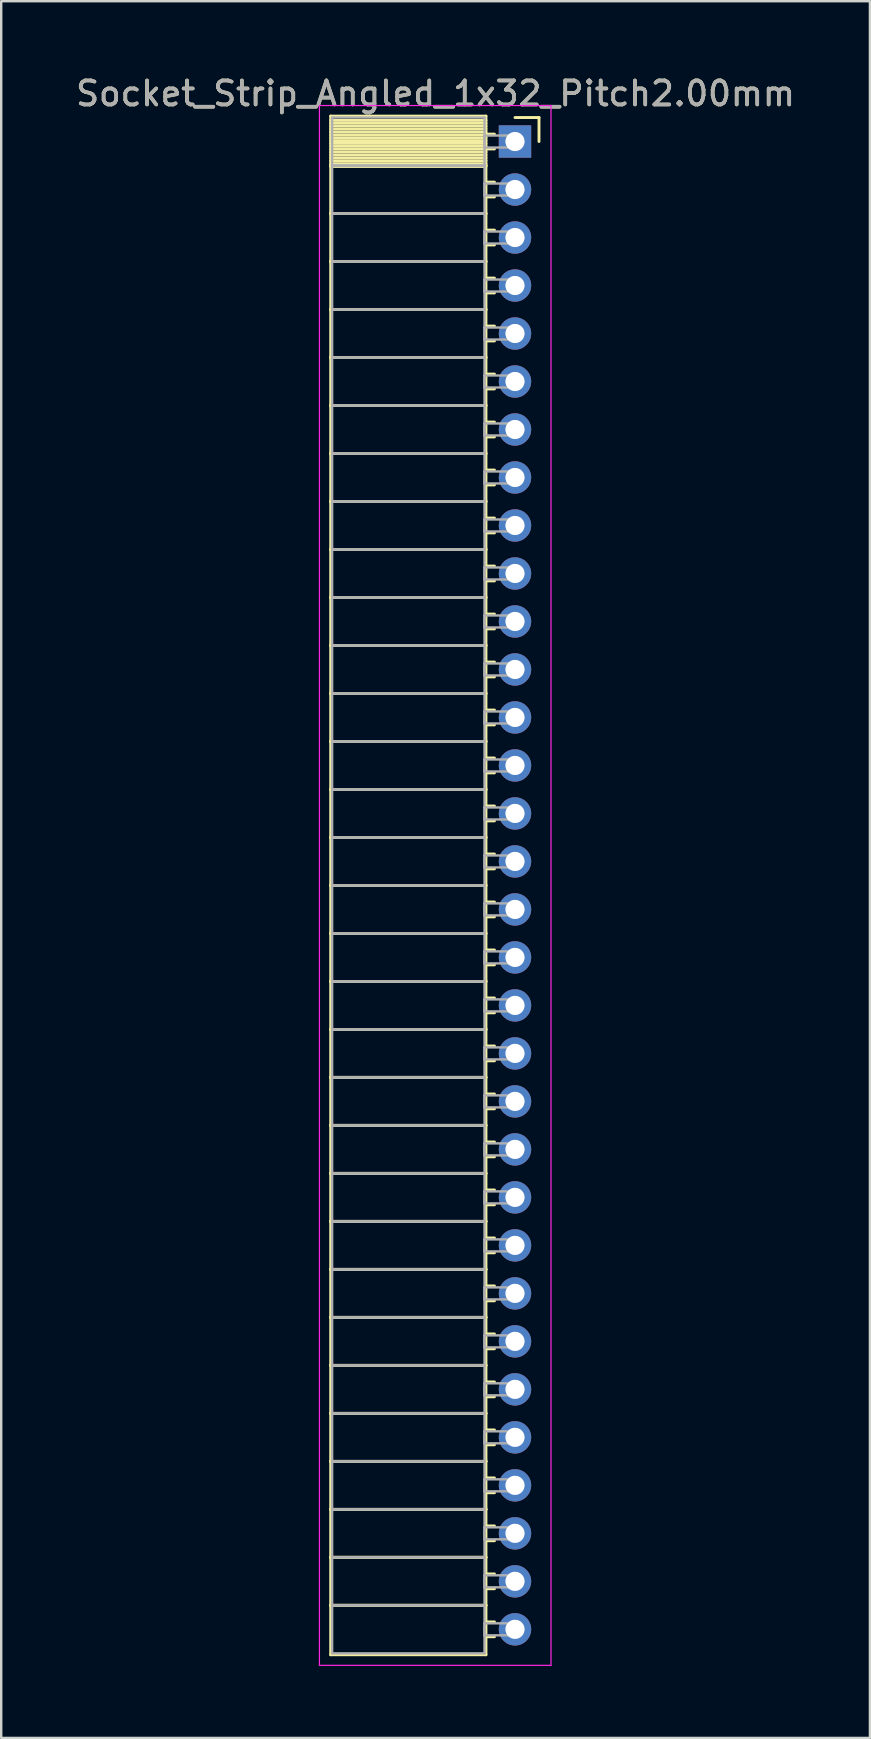
<source format=kicad_pcb>
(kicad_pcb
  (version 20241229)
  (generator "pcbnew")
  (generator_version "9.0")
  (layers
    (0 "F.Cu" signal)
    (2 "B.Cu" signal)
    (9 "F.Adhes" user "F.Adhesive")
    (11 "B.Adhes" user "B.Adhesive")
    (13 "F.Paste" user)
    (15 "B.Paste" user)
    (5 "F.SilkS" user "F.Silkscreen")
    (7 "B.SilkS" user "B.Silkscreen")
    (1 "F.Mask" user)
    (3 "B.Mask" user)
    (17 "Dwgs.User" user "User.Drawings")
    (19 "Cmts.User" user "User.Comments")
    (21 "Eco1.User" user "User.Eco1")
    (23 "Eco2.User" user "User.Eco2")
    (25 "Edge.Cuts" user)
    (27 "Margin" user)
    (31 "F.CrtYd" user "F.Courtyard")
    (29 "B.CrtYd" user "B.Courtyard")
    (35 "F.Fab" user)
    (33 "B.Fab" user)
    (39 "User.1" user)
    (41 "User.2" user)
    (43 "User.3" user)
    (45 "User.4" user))
  (footprint "Socket_Strip_Angled_1x32_Pitch2.00mm"
    (layer "F.Cu")
    (at 18.411 2.848)
    (property "Reference" "Socket_Strip_Angled_1x32_Pitch2.00mm" (at -3.31 -2 0) (layer "F.SilkS") (effects (font (size 1 1) (thickness 0.15))))
    (attr through_hole)
    (fp_line (start -7.68 -1.06) (end -1.21 -1.06) (stroke (width 0.12) (type solid)) (layer "F.SilkS"))
    (fp_line (start -7.68 1) (end -7.68 -1.06) (stroke (width 0.12) (type solid)) (layer "F.SilkS"))
    (fp_line (start -7.68 1) (end -1.21 1) (stroke (width 0.12) (type solid)) (layer "F.SilkS"))
    (fp_line (start -7.68 3) (end -7.68 1) (stroke (width 0.12) (type solid)) (layer "F.SilkS"))
    (fp_line (start -7.68 3) (end -1.21 3) (stroke (width 0.12) (type solid)) (layer "F.SilkS"))
    (fp_line (start -7.68 5) (end -7.68 3) (stroke (width 0.12) (type solid)) (layer "F.SilkS"))
    (fp_line (start -7.68 5) (end -1.21 5) (stroke (width 0.12) (type solid)) (layer "F.SilkS"))
    (fp_line (start -7.68 7) (end -7.68 5) (stroke (width 0.12) (type solid)) (layer "F.SilkS"))
    (fp_line (start -7.68 7) (end -1.21 7) (stroke (width 0.12) (type solid)) (layer "F.SilkS"))
    (fp_line (start -7.68 9) (end -7.68 7) (stroke (width 0.12) (type solid)) (layer "F.SilkS"))
    (fp_line (start -7.68 9) (end -1.21 9) (stroke (width 0.12) (type solid)) (layer "F.SilkS"))
    (fp_line (start -7.68 11) (end -7.68 9) (stroke (width 0.12) (type solid)) (layer "F.SilkS"))
    (fp_line (start -7.68 11) (end -1.21 11) (stroke (width 0.12) (type solid)) (layer "F.SilkS"))
    (fp_line (start -7.68 13) (end -7.68 11) (stroke (width 0.12) (type solid)) (layer "F.SilkS"))
    (fp_line (start -7.68 13) (end -1.21 13) (stroke (width 0.12) (type solid)) (layer "F.SilkS"))
    (fp_line (start -7.68 15) (end -7.68 13) (stroke (width 0.12) (type solid)) (layer "F.SilkS"))
    (fp_line (start -7.68 15) (end -1.21 15) (stroke (width 0.12) (type solid)) (layer "F.SilkS"))
    (fp_line (start -7.68 17) (end -7.68 15) (stroke (width 0.12) (type solid)) (layer "F.SilkS"))
    (fp_line (start -7.68 17) (end -1.21 17) (stroke (width 0.12) (type solid)) (layer "F.SilkS"))
    (fp_line (start -7.68 19) (end -7.68 17) (stroke (width 0.12) (type solid)) (layer "F.SilkS"))
    (fp_line (start -7.68 19) (end -1.21 19) (stroke (width 0.12) (type solid)) (layer "F.SilkS"))
    (fp_line (start -7.68 21) (end -7.68 19) (stroke (width 0.12) (type solid)) (layer "F.SilkS"))
    (fp_line (start -7.68 21) (end -1.21 21) (stroke (width 0.12) (type solid)) (layer "F.SilkS"))
    (fp_line (start -7.68 23) (end -7.68 21) (stroke (width 0.12) (type solid)) (layer "F.SilkS"))
    (fp_line (start -7.68 23) (end -1.21 23) (stroke (width 0.12) (type solid)) (layer "F.SilkS"))
    (fp_line (start -7.68 25) (end -7.68 23) (stroke (width 0.12) (type solid)) (layer "F.SilkS"))
    (fp_line (start -7.68 25) (end -1.21 25) (stroke (width 0.12) (type solid)) (layer "F.SilkS"))
    (fp_line (start -7.68 27) (end -7.68 25) (stroke (width 0.12) (type solid)) (layer "F.SilkS"))
    (fp_line (start -7.68 27) (end -1.21 27) (stroke (width 0.12) (type solid)) (layer "F.SilkS"))
    (fp_line (start -7.68 29) (end -7.68 27) (stroke (width 0.12) (type solid)) (layer "F.SilkS"))
    (fp_line (start -7.68 29) (end -1.21 29) (stroke (width 0.12) (type solid)) (layer "F.SilkS"))
    (fp_line (start -7.68 31) (end -7.68 29) (stroke (width 0.12) (type solid)) (layer "F.SilkS"))
    (fp_line (start -7.68 31) (end -1.21 31) (stroke (width 0.12) (type solid)) (layer "F.SilkS"))
    (fp_line (start -7.68 33) (end -7.68 31) (stroke (width 0.12) (type solid)) (layer "F.SilkS"))
    (fp_line (start -7.68 33) (end -1.21 33) (stroke (width 0.12) (type solid)) (layer "F.SilkS"))
    (fp_line (start -7.68 35) (end -7.68 33) (stroke (width 0.12) (type solid)) (layer "F.SilkS"))
    (fp_line (start -7.68 35) (end -1.21 35) (stroke (width 0.12) (type solid)) (layer "F.SilkS"))
    (fp_line (start -7.68 37) (end -7.68 35) (stroke (width 0.12) (type solid)) (layer "F.SilkS"))
    (fp_line (start -7.68 37) (end -1.21 37) (stroke (width 0.12) (type solid)) (layer "F.SilkS"))
    (fp_line (start -7.68 39) (end -7.68 37) (stroke (width 0.12) (type solid)) (layer "F.SilkS"))
    (fp_line (start -7.68 39) (end -1.21 39) (stroke (width 0.12) (type solid)) (layer "F.SilkS"))
    (fp_line (start -7.68 41) (end -7.68 39) (stroke (width 0.12) (type solid)) (layer "F.SilkS"))
    (fp_line (start -7.68 41) (end -1.21 41) (stroke (width 0.12) (type solid)) (layer "F.SilkS"))
    (fp_line (start -7.68 43) (end -7.68 41) (stroke (width 0.12) (type solid)) (layer "F.SilkS"))
    (fp_line (start -7.68 43) (end -1.21 43) (stroke (width 0.12) (type solid)) (layer "F.SilkS"))
    (fp_line (start -7.68 45) (end -7.68 43) (stroke (width 0.12) (type solid)) (layer "F.SilkS"))
    (fp_line (start -7.68 45) (end -1.21 45) (stroke (width 0.12) (type solid)) (layer "F.SilkS"))
    (fp_line (start -7.68 47) (end -7.68 45) (stroke (width 0.12) (type solid)) (layer "F.SilkS"))
    (fp_line (start -7.68 47) (end -1.21 47) (stroke (width 0.12) (type solid)) (layer "F.SilkS"))
    (fp_line (start -7.68 49) (end -7.68 47) (stroke (width 0.12) (type solid)) (layer "F.SilkS"))
    (fp_line (start -7.68 49) (end -1.21 49) (stroke (width 0.12) (type solid)) (layer "F.SilkS"))
    (fp_line (start -7.68 51) (end -7.68 49) (stroke (width 0.12) (type solid)) (layer "F.SilkS"))
    (fp_line (start -7.68 51) (end -1.21 51) (stroke (width 0.12) (type solid)) (layer "F.SilkS"))
    (fp_line (start -7.68 53) (end -7.68 51) (stroke (width 0.12) (type solid)) (layer "F.SilkS"))
    (fp_line (start -7.68 53) (end -1.21 53) (stroke (width 0.12) (type solid)) (layer "F.SilkS"))
    (fp_line (start -7.68 55) (end -7.68 53) (stroke (width 0.12) (type solid)) (layer "F.SilkS"))
    (fp_line (start -7.68 55) (end -1.21 55) (stroke (width 0.12) (type solid)) (layer "F.SilkS"))
    (fp_line (start -7.68 57) (end -7.68 55) (stroke (width 0.12) (type solid)) (layer "F.SilkS"))
    (fp_line (start -7.68 57) (end -1.21 57) (stroke (width 0.12) (type solid)) (layer "F.SilkS"))
    (fp_line (start -7.68 59) (end -7.68 57) (stroke (width 0.12) (type solid)) (layer "F.SilkS"))
    (fp_line (start -7.68 59) (end -1.21 59) (stroke (width 0.12) (type solid)) (layer "F.SilkS"))
    (fp_line (start -7.68 61) (end -7.68 59) (stroke (width 0.12) (type solid)) (layer "F.SilkS"))
    (fp_line (start -7.68 61) (end -1.21 61) (stroke (width 0.12) (type solid)) (layer "F.SilkS"))
    (fp_line (start -7.68 63.06) (end -7.68 61) (stroke (width 0.12) (type solid)) (layer "F.SilkS"))
    (fp_line (start -1.21 -1.06) (end -1.21 1) (stroke (width 0.12) (type solid)) (layer "F.SilkS"))
    (fp_line (start -1.21 -0.88) (end -7.68 -0.88) (stroke (width 0.12) (type solid)) (layer "F.SilkS"))
    (fp_line (start -1.21 -0.76) (end -7.68 -0.76) (stroke (width 0.12) (type solid)) (layer "F.SilkS"))
    (fp_line (start -1.21 -0.64) (end -7.68 -0.64) (stroke (width 0.12) (type solid)) (layer "F.SilkS"))
    (fp_line (start -1.21 -0.52) (end -7.68 -0.52) (stroke (width 0.12) (type solid)) (layer "F.SilkS"))
    (fp_line (start -1.21 -0.4) (end -7.68 -0.4) (stroke (width 0.12) (type solid)) (layer "F.SilkS"))
    (fp_line (start -1.21 -0.28) (end -7.68 -0.28) (stroke (width 0.12) (type solid)) (layer "F.SilkS"))
    (fp_line (start -1.21 -0.16) (end -7.68 -0.16) (stroke (width 0.12) (type solid)) (layer "F.SilkS"))
    (fp_line (start -1.21 -0.04) (end -7.68 -0.04) (stroke (width 0.12) (type solid)) (layer "F.SilkS"))
    (fp_line (start -1.21 0.08) (end -7.68 0.08) (stroke (width 0.12) (type solid)) (layer "F.SilkS"))
    (fp_line (start -1.21 0.2) (end -7.68 0.2) (stroke (width 0.12) (type solid)) (layer "F.SilkS"))
    (fp_line (start -1.21 0.32) (end -7.68 0.32) (stroke (width 0.12) (type solid)) (layer "F.SilkS"))
    (fp_line (start -1.21 0.44) (end -7.68 0.44) (stroke (width 0.12) (type solid)) (layer "F.SilkS"))
    (fp_line (start -1.21 0.56) (end -7.68 0.56) (stroke (width 0.12) (type solid)) (layer "F.SilkS"))
    (fp_line (start -1.21 0.68) (end -7.68 0.68) (stroke (width 0.12) (type solid)) (layer "F.SilkS"))
    (fp_line (start -1.21 0.8) (end -7.68 0.8) (stroke (width 0.12) (type solid)) (layer "F.SilkS"))
    (fp_line (start -1.21 0.92) (end -7.68 0.92) (stroke (width 0.12) (type solid)) (layer "F.SilkS"))
    (fp_line (start -1.21 1) (end -7.68 1) (stroke (width 0.12) (type solid)) (layer "F.SilkS"))
    (fp_line (start -1.21 1) (end -1.21 3) (stroke (width 0.12) (type solid)) (layer "F.SilkS"))
    (fp_line (start -1.21 1.04) (end -7.68 1.04) (stroke (width 0.12) (type solid)) (layer "F.SilkS"))
    (fp_line (start -1.21 3) (end -7.68 3) (stroke (width 0.12) (type solid)) (layer "F.SilkS"))
    (fp_line (start -1.21 3) (end -1.21 5) (stroke (width 0.12) (type solid)) (layer "F.SilkS"))
    (fp_line (start -1.21 5) (end -7.68 5) (stroke (width 0.12) (type solid)) (layer "F.SilkS"))
    (fp_line (start -1.21 5) (end -1.21 7) (stroke (width 0.12) (type solid)) (layer "F.SilkS"))
    (fp_line (start -1.21 7) (end -7.68 7) (stroke (width 0.12) (type solid)) (layer "F.SilkS"))
    (fp_line (start -1.21 7) (end -1.21 9) (stroke (width 0.12) (type solid)) (layer "F.SilkS"))
    (fp_line (start -1.21 9) (end -7.68 9) (stroke (width 0.12) (type solid)) (layer "F.SilkS"))
    (fp_line (start -1.21 9) (end -1.21 11) (stroke (width 0.12) (type solid)) (layer "F.SilkS"))
    (fp_line (start -1.21 11) (end -7.68 11) (stroke (width 0.12) (type solid)) (layer "F.SilkS"))
    (fp_line (start -1.21 11) (end -1.21 13) (stroke (width 0.12) (type solid)) (layer "F.SilkS"))
    (fp_line (start -1.21 13) (end -7.68 13) (stroke (width 0.12) (type solid)) (layer "F.SilkS"))
    (fp_line (start -1.21 13) (end -1.21 15) (stroke (width 0.12) (type solid)) (layer "F.SilkS"))
    (fp_line (start -1.21 15) (end -7.68 15) (stroke (width 0.12) (type solid)) (layer "F.SilkS"))
    (fp_line (start -1.21 15) (end -1.21 17) (stroke (width 0.12) (type solid)) (layer "F.SilkS"))
    (fp_line (start -1.21 17) (end -7.68 17) (stroke (width 0.12) (type solid)) (layer "F.SilkS"))
    (fp_line (start -1.21 17) (end -1.21 19) (stroke (width 0.12) (type solid)) (layer "F.SilkS"))
    (fp_line (start -1.21 19) (end -7.68 19) (stroke (width 0.12) (type solid)) (layer "F.SilkS"))
    (fp_line (start -1.21 19) (end -1.21 21) (stroke (width 0.12) (type solid)) (layer "F.SilkS"))
    (fp_line (start -1.21 21) (end -7.68 21) (stroke (width 0.12) (type solid)) (layer "F.SilkS"))
    (fp_line (start -1.21 21) (end -1.21 23) (stroke (width 0.12) (type solid)) (layer "F.SilkS"))
    (fp_line (start -1.21 23) (end -7.68 23) (stroke (width 0.12) (type solid)) (layer "F.SilkS"))
    (fp_line (start -1.21 23) (end -1.21 25) (stroke (width 0.12) (type solid)) (layer "F.SilkS"))
    (fp_line (start -1.21 25) (end -7.68 25) (stroke (width 0.12) (type solid)) (layer "F.SilkS"))
    (fp_line (start -1.21 25) (end -1.21 27) (stroke (width 0.12) (type solid)) (layer "F.SilkS"))
    (fp_line (start -1.21 27) (end -7.68 27) (stroke (width 0.12) (type solid)) (layer "F.SilkS"))
    (fp_line (start -1.21 27) (end -1.21 29) (stroke (width 0.12) (type solid)) (layer "F.SilkS"))
    (fp_line (start -1.21 29) (end -7.68 29) (stroke (width 0.12) (type solid)) (layer "F.SilkS"))
    (fp_line (start -1.21 29) (end -1.21 31) (stroke (width 0.12) (type solid)) (layer "F.SilkS"))
    (fp_line (start -1.21 31) (end -7.68 31) (stroke (width 0.12) (type solid)) (layer "F.SilkS"))
    (fp_line (start -1.21 31) (end -1.21 33) (stroke (width 0.12) (type solid)) (layer "F.SilkS"))
    (fp_line (start -1.21 33) (end -7.68 33) (stroke (width 0.12) (type solid)) (layer "F.SilkS"))
    (fp_line (start -1.21 33) (end -1.21 35) (stroke (width 0.12) (type solid)) (layer "F.SilkS"))
    (fp_line (start -1.21 35) (end -7.68 35) (stroke (width 0.12) (type solid)) (layer "F.SilkS"))
    (fp_line (start -1.21 35) (end -1.21 37) (stroke (width 0.12) (type solid)) (layer "F.SilkS"))
    (fp_line (start -1.21 37) (end -7.68 37) (stroke (width 0.12) (type solid)) (layer "F.SilkS"))
    (fp_line (start -1.21 37) (end -1.21 39) (stroke (width 0.12) (type solid)) (layer "F.SilkS"))
    (fp_line (start -1.21 39) (end -7.68 39) (stroke (width 0.12) (type solid)) (layer "F.SilkS"))
    (fp_line (start -1.21 39) (end -1.21 41) (stroke (width 0.12) (type solid)) (layer "F.SilkS"))
    (fp_line (start -1.21 41) (end -7.68 41) (stroke (width 0.12) (type solid)) (layer "F.SilkS"))
    (fp_line (start -1.21 41) (end -1.21 43) (stroke (width 0.12) (type solid)) (layer "F.SilkS"))
    (fp_line (start -1.21 43) (end -7.68 43) (stroke (width 0.12) (type solid)) (layer "F.SilkS"))
    (fp_line (start -1.21 43) (end -1.21 45) (stroke (width 0.12) (type solid)) (layer "F.SilkS"))
    (fp_line (start -1.21 45) (end -7.68 45) (stroke (width 0.12) (type solid)) (layer "F.SilkS"))
    (fp_line (start -1.21 45) (end -1.21 47) (stroke (width 0.12) (type solid)) (layer "F.SilkS"))
    (fp_line (start -1.21 47) (end -7.68 47) (stroke (width 0.12) (type solid)) (layer "F.SilkS"))
    (fp_line (start -1.21 47) (end -1.21 49) (stroke (width 0.12) (type solid)) (layer "F.SilkS"))
    (fp_line (start -1.21 49) (end -7.68 49) (stroke (width 0.12) (type solid)) (layer "F.SilkS"))
    (fp_line (start -1.21 49) (end -1.21 51) (stroke (width 0.12) (type solid)) (layer "F.SilkS"))
    (fp_line (start -1.21 51) (end -7.68 51) (stroke (width 0.12) (type solid)) (layer "F.SilkS"))
    (fp_line (start -1.21 51) (end -1.21 53) (stroke (width 0.12) (type solid)) (layer "F.SilkS"))
    (fp_line (start -1.21 53) (end -7.68 53) (stroke (width 0.12) (type solid)) (layer "F.SilkS"))
    (fp_line (start -1.21 53) (end -1.21 55) (stroke (width 0.12) (type solid)) (layer "F.SilkS"))
    (fp_line (start -1.21 55) (end -7.68 55) (stroke (width 0.12) (type solid)) (layer "F.SilkS"))
    (fp_line (start -1.21 55) (end -1.21 57) (stroke (width 0.12) (type solid)) (layer "F.SilkS"))
    (fp_line (start -1.21 57) (end -7.68 57) (stroke (width 0.12) (type solid)) (layer "F.SilkS"))
    (fp_line (start -1.21 57) (end -1.21 59) (stroke (width 0.12) (type solid)) (layer "F.SilkS"))
    (fp_line (start -1.21 59) (end -7.68 59) (stroke (width 0.12) (type solid)) (layer "F.SilkS"))
    (fp_line (start -1.21 59) (end -1.21 61) (stroke (width 0.12) (type solid)) (layer "F.SilkS"))
    (fp_line (start -1.21 61) (end -7.68 61) (stroke (width 0.12) (type solid)) (layer "F.SilkS"))
    (fp_line (start -1.21 61) (end -1.21 63.06) (stroke (width 0.12) (type solid)) (layer "F.SilkS"))
    (fp_line (start -1.21 63.06) (end -7.68 63.06) (stroke (width 0.12) (type solid)) (layer "F.SilkS"))
    (fp_line (start -0.855 -0.31) (end -1.21 -0.31) (stroke (width 0.12) (type solid)) (layer "F.SilkS"))
    (fp_line (start -0.855 0.31) (end -1.21 0.31) (stroke (width 0.12) (type solid)) (layer "F.SilkS"))
    (fp_line (start -0.855 1.69) (end -1.21 1.69) (stroke (width 0.12) (type solid)) (layer "F.SilkS"))
    (fp_line (start -0.855 2.31) (end -1.21 2.31) (stroke (width 0.12) (type solid)) (layer "F.SilkS"))
    (fp_line (start -0.855 3.69) (end -1.21 3.69) (stroke (width 0.12) (type solid)) (layer "F.SilkS"))
    (fp_line (start -0.855 4.31) (end -1.21 4.31) (stroke (width 0.12) (type solid)) (layer "F.SilkS"))
    (fp_line (start -0.855 5.69) (end -1.21 5.69) (stroke (width 0.12) (type solid)) (layer "F.SilkS"))
    (fp_line (start -0.855 6.31) (end -1.21 6.31) (stroke (width 0.12) (type solid)) (layer "F.SilkS"))
    (fp_line (start -0.855 7.69) (end -1.21 7.69) (stroke (width 0.12) (type solid)) (layer "F.SilkS"))
    (fp_line (start -0.855 8.31) (end -1.21 8.31) (stroke (width 0.12) (type solid)) (layer "F.SilkS"))
    (fp_line (start -0.855 9.69) (end -1.21 9.69) (stroke (width 0.12) (type solid)) (layer "F.SilkS"))
    (fp_line (start -0.855 10.31) (end -1.21 10.31) (stroke (width 0.12) (type solid)) (layer "F.SilkS"))
    (fp_line (start -0.855 11.69) (end -1.21 11.69) (stroke (width 0.12) (type solid)) (layer "F.SilkS"))
    (fp_line (start -0.855 12.31) (end -1.21 12.31) (stroke (width 0.12) (type solid)) (layer "F.SilkS"))
    (fp_line (start -0.855 13.69) (end -1.21 13.69) (stroke (width 0.12) (type solid)) (layer "F.SilkS"))
    (fp_line (start -0.855 14.31) (end -1.21 14.31) (stroke (width 0.12) (type solid)) (layer "F.SilkS"))
    (fp_line (start -0.855 15.69) (end -1.21 15.69) (stroke (width 0.12) (type solid)) (layer "F.SilkS"))
    (fp_line (start -0.855 16.31) (end -1.21 16.31) (stroke (width 0.12) (type solid)) (layer "F.SilkS"))
    (fp_line (start -0.855 17.69) (end -1.21 17.69) (stroke (width 0.12) (type solid)) (layer "F.SilkS"))
    (fp_line (start -0.855 18.31) (end -1.21 18.31) (stroke (width 0.12) (type solid)) (layer "F.SilkS"))
    (fp_line (start -0.855 19.69) (end -1.21 19.69) (stroke (width 0.12) (type solid)) (layer "F.SilkS"))
    (fp_line (start -0.855 20.31) (end -1.21 20.31) (stroke (width 0.12) (type solid)) (layer "F.SilkS"))
    (fp_line (start -0.855 21.69) (end -1.21 21.69) (stroke (width 0.12) (type solid)) (layer "F.SilkS"))
    (fp_line (start -0.855 22.31) (end -1.21 22.31) (stroke (width 0.12) (type solid)) (layer "F.SilkS"))
    (fp_line (start -0.855 23.69) (end -1.21 23.69) (stroke (width 0.12) (type solid)) (layer "F.SilkS"))
    (fp_line (start -0.855 24.31) (end -1.21 24.31) (stroke (width 0.12) (type solid)) (layer "F.SilkS"))
    (fp_line (start -0.855 25.69) (end -1.21 25.69) (stroke (width 0.12) (type solid)) (layer "F.SilkS"))
    (fp_line (start -0.855 26.31) (end -1.21 26.31) (stroke (width 0.12) (type solid)) (layer "F.SilkS"))
    (fp_line (start -0.855 27.69) (end -1.21 27.69) (stroke (width 0.12) (type solid)) (layer "F.SilkS"))
    (fp_line (start -0.855 28.31) (end -1.21 28.31) (stroke (width 0.12) (type solid)) (layer "F.SilkS"))
    (fp_line (start -0.855 29.69) (end -1.21 29.69) (stroke (width 0.12) (type solid)) (layer "F.SilkS"))
    (fp_line (start -0.855 30.31) (end -1.21 30.31) (stroke (width 0.12) (type solid)) (layer "F.SilkS"))
    (fp_line (start -0.855 31.69) (end -1.21 31.69) (stroke (width 0.12) (type solid)) (layer "F.SilkS"))
    (fp_line (start -0.855 32.31) (end -1.21 32.31) (stroke (width 0.12) (type solid)) (layer "F.SilkS"))
    (fp_line (start -0.855 33.69) (end -1.21 33.69) (stroke (width 0.12) (type solid)) (layer "F.SilkS"))
    (fp_line (start -0.855 34.31) (end -1.21 34.31) (stroke (width 0.12) (type solid)) (layer "F.SilkS"))
    (fp_line (start -0.855 35.69) (end -1.21 35.69) (stroke (width 0.12) (type solid)) (layer "F.SilkS"))
    (fp_line (start -0.855 36.31) (end -1.21 36.31) (stroke (width 0.12) (type solid)) (layer "F.SilkS"))
    (fp_line (start -0.855 37.69) (end -1.21 37.69) (stroke (width 0.12) (type solid)) (layer "F.SilkS"))
    (fp_line (start -0.855 38.31) (end -1.21 38.31) (stroke (width 0.12) (type solid)) (layer "F.SilkS"))
    (fp_line (start -0.855 39.69) (end -1.21 39.69) (stroke (width 0.12) (type solid)) (layer "F.SilkS"))
    (fp_line (start -0.855 40.31) (end -1.21 40.31) (stroke (width 0.12) (type solid)) (layer "F.SilkS"))
    (fp_line (start -0.855 41.69) (end -1.21 41.69) (stroke (width 0.12) (type solid)) (layer "F.SilkS"))
    (fp_line (start -0.855 42.31) (end -1.21 42.31) (stroke (width 0.12) (type solid)) (layer "F.SilkS"))
    (fp_line (start -0.855 43.69) (end -1.21 43.69) (stroke (width 0.12) (type solid)) (layer "F.SilkS"))
    (fp_line (start -0.855 44.31) (end -1.21 44.31) (stroke (width 0.12) (type solid)) (layer "F.SilkS"))
    (fp_line (start -0.855 45.69) (end -1.21 45.69) (stroke (width 0.12) (type solid)) (layer "F.SilkS"))
    (fp_line (start -0.855 46.31) (end -1.21 46.31) (stroke (width 0.12) (type solid)) (layer "F.SilkS"))
    (fp_line (start -0.855 47.69) (end -1.21 47.69) (stroke (width 0.12) (type solid)) (layer "F.SilkS"))
    (fp_line (start -0.855 48.31) (end -1.21 48.31) (stroke (width 0.12) (type solid)) (layer "F.SilkS"))
    (fp_line (start -0.855 49.69) (end -1.21 49.69) (stroke (width 0.12) (type solid)) (layer "F.SilkS"))
    (fp_line (start -0.855 50.31) (end -1.21 50.31) (stroke (width 0.12) (type solid)) (layer "F.SilkS"))
    (fp_line (start -0.855 51.69) (end -1.21 51.69) (stroke (width 0.12) (type solid)) (layer "F.SilkS"))
    (fp_line (start -0.855 52.31) (end -1.21 52.31) (stroke (width 0.12) (type solid)) (layer "F.SilkS"))
    (fp_line (start -0.855 53.69) (end -1.21 53.69) (stroke (width 0.12) (type solid)) (layer "F.SilkS"))
    (fp_line (start -0.855 54.31) (end -1.21 54.31) (stroke (width 0.12) (type solid)) (layer "F.SilkS"))
    (fp_line (start -0.855 55.69) (end -1.21 55.69) (stroke (width 0.12) (type solid)) (layer "F.SilkS"))
    (fp_line (start -0.855 56.31) (end -1.21 56.31) (stroke (width 0.12) (type solid)) (layer "F.SilkS"))
    (fp_line (start -0.855 57.69) (end -1.21 57.69) (stroke (width 0.12) (type solid)) (layer "F.SilkS"))
    (fp_line (start -0.855 58.31) (end -1.21 58.31) (stroke (width 0.12) (type solid)) (layer "F.SilkS"))
    (fp_line (start -0.855 59.69) (end -1.21 59.69) (stroke (width 0.12) (type solid)) (layer "F.SilkS"))
    (fp_line (start -0.855 60.31) (end -1.21 60.31) (stroke (width 0.12) (type solid)) (layer "F.SilkS"))
    (fp_line (start -0.855 61.69) (end -1.21 61.69) (stroke (width 0.12) (type solid)) (layer "F.SilkS"))
    (fp_line (start -0.855 62.31) (end -1.21 62.31) (stroke (width 0.12) (type solid)) (layer "F.SilkS"))
    (fp_line (start 0 -1) (end 1 -1) (stroke (width 0.12) (type solid)) (layer "F.SilkS"))
    (fp_line (start 1 -1) (end 1 0) (stroke (width 0.12) (type solid)) (layer "F.SilkS"))
    (fp_line (start -8.15 -1.5) (end 1.5 -1.5) (stroke (width 0.05) (type solid)) (layer "F.CrtYd"))
    (fp_line (start -8.15 63.5) (end -8.15 -1.5) (stroke (width 0.05) (type solid)) (layer "F.CrtYd"))
    (fp_line (start 1.5 -1.5) (end 1.5 63.5) (stroke (width 0.05) (type solid)) (layer "F.CrtYd"))
    (fp_line (start 1.5 63.5) (end -8.15 63.5) (stroke (width 0.05) (type solid)) (layer "F.CrtYd"))
    (fp_line (start -7.62 -1) (end -1.27 -1) (stroke (width 0.1) (type solid)) (layer "F.Fab"))
    (fp_line (start -7.62 1) (end -7.62 -1) (stroke (width 0.1) (type solid)) (layer "F.Fab"))
    (fp_line (start -7.62 1) (end -1.27 1) (stroke (width 0.1) (type solid)) (layer "F.Fab"))
    (fp_line (start -7.62 3) (end -7.62 1) (stroke (width 0.1) (type solid)) (layer "F.Fab"))
    (fp_line (start -7.62 3) (end -1.27 3) (stroke (width 0.1) (type solid)) (layer "F.Fab"))
    (fp_line (start -7.62 5) (end -7.62 3) (stroke (width 0.1) (type solid)) (layer "F.Fab"))
    (fp_line (start -7.62 5) (end -1.27 5) (stroke (width 0.1) (type solid)) (layer "F.Fab"))
    (fp_line (start -7.62 7) (end -7.62 5) (stroke (width 0.1) (type solid)) (layer "F.Fab"))
    (fp_line (start -7.62 7) (end -1.27 7) (stroke (width 0.1) (type solid)) (layer "F.Fab"))
    (fp_line (start -7.62 9) (end -7.62 7) (stroke (width 0.1) (type solid)) (layer "F.Fab"))
    (fp_line (start -7.62 9) (end -1.27 9) (stroke (width 0.1) (type solid)) (layer "F.Fab"))
    (fp_line (start -7.62 11) (end -7.62 9) (stroke (width 0.1) (type solid)) (layer "F.Fab"))
    (fp_line (start -7.62 11) (end -1.27 11) (stroke (width 0.1) (type solid)) (layer "F.Fab"))
    (fp_line (start -7.62 13) (end -7.62 11) (stroke (width 0.1) (type solid)) (layer "F.Fab"))
    (fp_line (start -7.62 13) (end -1.27 13) (stroke (width 0.1) (type solid)) (layer "F.Fab"))
    (fp_line (start -7.62 15) (end -7.62 13) (stroke (width 0.1) (type solid)) (layer "F.Fab"))
    (fp_line (start -7.62 15) (end -1.27 15) (stroke (width 0.1) (type solid)) (layer "F.Fab"))
    (fp_line (start -7.62 17) (end -7.62 15) (stroke (width 0.1) (type solid)) (layer "F.Fab"))
    (fp_line (start -7.62 17) (end -1.27 17) (stroke (width 0.1) (type solid)) (layer "F.Fab"))
    (fp_line (start -7.62 19) (end -7.62 17) (stroke (width 0.1) (type solid)) (layer "F.Fab"))
    (fp_line (start -7.62 19) (end -1.27 19) (stroke (width 0.1) (type solid)) (layer "F.Fab"))
    (fp_line (start -7.62 21) (end -7.62 19) (stroke (width 0.1) (type solid)) (layer "F.Fab"))
    (fp_line (start -7.62 21) (end -1.27 21) (stroke (width 0.1) (type solid)) (layer "F.Fab"))
    (fp_line (start -7.62 23) (end -7.62 21) (stroke (width 0.1) (type solid)) (layer "F.Fab"))
    (fp_line (start -7.62 23) (end -1.27 23) (stroke (width 0.1) (type solid)) (layer "F.Fab"))
    (fp_line (start -7.62 25) (end -7.62 23) (stroke (width 0.1) (type solid)) (layer "F.Fab"))
    (fp_line (start -7.62 25) (end -1.27 25) (stroke (width 0.1) (type solid)) (layer "F.Fab"))
    (fp_line (start -7.62 27) (end -7.62 25) (stroke (width 0.1) (type solid)) (layer "F.Fab"))
    (fp_line (start -7.62 27) (end -1.27 27) (stroke (width 0.1) (type solid)) (layer "F.Fab"))
    (fp_line (start -7.62 29) (end -7.62 27) (stroke (width 0.1) (type solid)) (layer "F.Fab"))
    (fp_line (start -7.62 29) (end -1.27 29) (stroke (width 0.1) (type solid)) (layer "F.Fab"))
    (fp_line (start -7.62 31) (end -7.62 29) (stroke (width 0.1) (type solid)) (layer "F.Fab"))
    (fp_line (start -7.62 31) (end -1.27 31) (stroke (width 0.1) (type solid)) (layer "F.Fab"))
    (fp_line (start -7.62 33) (end -7.62 31) (stroke (width 0.1) (type solid)) (layer "F.Fab"))
    (fp_line (start -7.62 33) (end -1.27 33) (stroke (width 0.1) (type solid)) (layer "F.Fab"))
    (fp_line (start -7.62 35) (end -7.62 33) (stroke (width 0.1) (type solid)) (layer "F.Fab"))
    (fp_line (start -7.62 35) (end -1.27 35) (stroke (width 0.1) (type solid)) (layer "F.Fab"))
    (fp_line (start -7.62 37) (end -7.62 35) (stroke (width 0.1) (type solid)) (layer "F.Fab"))
    (fp_line (start -7.62 37) (end -1.27 37) (stroke (width 0.1) (type solid)) (layer "F.Fab"))
    (fp_line (start -7.62 39) (end -7.62 37) (stroke (width 0.1) (type solid)) (layer "F.Fab"))
    (fp_line (start -7.62 39) (end -1.27 39) (stroke (width 0.1) (type solid)) (layer "F.Fab"))
    (fp_line (start -7.62 41) (end -7.62 39) (stroke (width 0.1) (type solid)) (layer "F.Fab"))
    (fp_line (start -7.62 41) (end -1.27 41) (stroke (width 0.1) (type solid)) (layer "F.Fab"))
    (fp_line (start -7.62 43) (end -7.62 41) (stroke (width 0.1) (type solid)) (layer "F.Fab"))
    (fp_line (start -7.62 43) (end -1.27 43) (stroke (width 0.1) (type solid)) (layer "F.Fab"))
    (fp_line (start -7.62 45) (end -7.62 43) (stroke (width 0.1) (type solid)) (layer "F.Fab"))
    (fp_line (start -7.62 45) (end -1.27 45) (stroke (width 0.1) (type solid)) (layer "F.Fab"))
    (fp_line (start -7.62 47) (end -7.62 45) (stroke (width 0.1) (type solid)) (layer "F.Fab"))
    (fp_line (start -7.62 47) (end -1.27 47) (stroke (width 0.1) (type solid)) (layer "F.Fab"))
    (fp_line (start -7.62 49) (end -7.62 47) (stroke (width 0.1) (type solid)) (layer "F.Fab"))
    (fp_line (start -7.62 49) (end -1.27 49) (stroke (width 0.1) (type solid)) (layer "F.Fab"))
    (fp_line (start -7.62 51) (end -7.62 49) (stroke (width 0.1) (type solid)) (layer "F.Fab"))
    (fp_line (start -7.62 51) (end -1.27 51) (stroke (width 0.1) (type solid)) (layer "F.Fab"))
    (fp_line (start -7.62 53) (end -7.62 51) (stroke (width 0.1) (type solid)) (layer "F.Fab"))
    (fp_line (start -7.62 53) (end -1.27 53) (stroke (width 0.1) (type solid)) (layer "F.Fab"))
    (fp_line (start -7.62 55) (end -7.62 53) (stroke (width 0.1) (type solid)) (layer "F.Fab"))
    (fp_line (start -7.62 55) (end -1.27 55) (stroke (width 0.1) (type solid)) (layer "F.Fab"))
    (fp_line (start -7.62 57) (end -7.62 55) (stroke (width 0.1) (type solid)) (layer "F.Fab"))
    (fp_line (start -7.62 57) (end -1.27 57) (stroke (width 0.1) (type solid)) (layer "F.Fab"))
    (fp_line (start -7.62 59) (end -7.62 57) (stroke (width 0.1) (type solid)) (layer "F.Fab"))
    (fp_line (start -7.62 59) (end -1.27 59) (stroke (width 0.1) (type solid)) (layer "F.Fab"))
    (fp_line (start -7.62 61) (end -7.62 59) (stroke (width 0.1) (type solid)) (layer "F.Fab"))
    (fp_line (start -7.62 61) (end -1.27 61) (stroke (width 0.1) (type solid)) (layer "F.Fab"))
    (fp_line (start -7.62 63) (end -7.62 61) (stroke (width 0.1) (type solid)) (layer "F.Fab"))
    (fp_line (start -1.27 -1) (end -1.27 1) (stroke (width 0.1) (type solid)) (layer "F.Fab"))
    (fp_line (start -1.27 -0.25) (end 0 -0.25) (stroke (width 0.1) (type solid)) (layer "F.Fab"))
    (fp_line (start -1.27 0.25) (end -1.27 -0.25) (stroke (width 0.1) (type solid)) (layer "F.Fab"))
    (fp_line (start -1.27 1) (end -7.62 1) (stroke (width 0.1) (type solid)) (layer "F.Fab"))
    (fp_line (start -1.27 1) (end -1.27 3) (stroke (width 0.1) (type solid)) (layer "F.Fab"))
    (fp_line (start -1.27 1.75) (end 0 1.75) (stroke (width 0.1) (type solid)) (layer "F.Fab"))
    (fp_line (start -1.27 2.25) (end -1.27 1.75) (stroke (width 0.1) (type solid)) (layer "F.Fab"))
    (fp_line (start -1.27 3) (end -7.62 3) (stroke (width 0.1) (type solid)) (layer "F.Fab"))
    (fp_line (start -1.27 3) (end -1.27 5) (stroke (width 0.1) (type solid)) (layer "F.Fab"))
    (fp_line (start -1.27 3.75) (end 0 3.75) (stroke (width 0.1) (type solid)) (layer "F.Fab"))
    (fp_line (start -1.27 4.25) (end -1.27 3.75) (stroke (width 0.1) (type solid)) (layer "F.Fab"))
    (fp_line (start -1.27 5) (end -7.62 5) (stroke (width 0.1) (type solid)) (layer "F.Fab"))
    (fp_line (start -1.27 5) (end -1.27 7) (stroke (width 0.1) (type solid)) (layer "F.Fab"))
    (fp_line (start -1.27 5.75) (end 0 5.75) (stroke (width 0.1) (type solid)) (layer "F.Fab"))
    (fp_line (start -1.27 6.25) (end -1.27 5.75) (stroke (width 0.1) (type solid)) (layer "F.Fab"))
    (fp_line (start -1.27 7) (end -7.62 7) (stroke (width 0.1) (type solid)) (layer "F.Fab"))
    (fp_line (start -1.27 7) (end -1.27 9) (stroke (width 0.1) (type solid)) (layer "F.Fab"))
    (fp_line (start -1.27 7.75) (end 0 7.75) (stroke (width 0.1) (type solid)) (layer "F.Fab"))
    (fp_line (start -1.27 8.25) (end -1.27 7.75) (stroke (width 0.1) (type solid)) (layer "F.Fab"))
    (fp_line (start -1.27 9) (end -7.62 9) (stroke (width 0.1) (type solid)) (layer "F.Fab"))
    (fp_line (start -1.27 9) (end -1.27 11) (stroke (width 0.1) (type solid)) (layer "F.Fab"))
    (fp_line (start -1.27 9.75) (end 0 9.75) (stroke (width 0.1) (type solid)) (layer "F.Fab"))
    (fp_line (start -1.27 10.25) (end -1.27 9.75) (stroke (width 0.1) (type solid)) (layer "F.Fab"))
    (fp_line (start -1.27 11) (end -7.62 11) (stroke (width 0.1) (type solid)) (layer "F.Fab"))
    (fp_line (start -1.27 11) (end -1.27 13) (stroke (width 0.1) (type solid)) (layer "F.Fab"))
    (fp_line (start -1.27 11.75) (end 0 11.75) (stroke (width 0.1) (type solid)) (layer "F.Fab"))
    (fp_line (start -1.27 12.25) (end -1.27 11.75) (stroke (width 0.1) (type solid)) (layer "F.Fab"))
    (fp_line (start -1.27 13) (end -7.62 13) (stroke (width 0.1) (type solid)) (layer "F.Fab"))
    (fp_line (start -1.27 13) (end -1.27 15) (stroke (width 0.1) (type solid)) (layer "F.Fab"))
    (fp_line (start -1.27 13.75) (end 0 13.75) (stroke (width 0.1) (type solid)) (layer "F.Fab"))
    (fp_line (start -1.27 14.25) (end -1.27 13.75) (stroke (width 0.1) (type solid)) (layer "F.Fab"))
    (fp_line (start -1.27 15) (end -7.62 15) (stroke (width 0.1) (type solid)) (layer "F.Fab"))
    (fp_line (start -1.27 15) (end -1.27 17) (stroke (width 0.1) (type solid)) (layer "F.Fab"))
    (fp_line (start -1.27 15.75) (end 0 15.75) (stroke (width 0.1) (type solid)) (layer "F.Fab"))
    (fp_line (start -1.27 16.25) (end -1.27 15.75) (stroke (width 0.1) (type solid)) (layer "F.Fab"))
    (fp_line (start -1.27 17) (end -7.62 17) (stroke (width 0.1) (type solid)) (layer "F.Fab"))
    (fp_line (start -1.27 17) (end -1.27 19) (stroke (width 0.1) (type solid)) (layer "F.Fab"))
    (fp_line (start -1.27 17.75) (end 0 17.75) (stroke (width 0.1) (type solid)) (layer "F.Fab"))
    (fp_line (start -1.27 18.25) (end -1.27 17.75) (stroke (width 0.1) (type solid)) (layer "F.Fab"))
    (fp_line (start -1.27 19) (end -7.62 19) (stroke (width 0.1) (type solid)) (layer "F.Fab"))
    (fp_line (start -1.27 19) (end -1.27 21) (stroke (width 0.1) (type solid)) (layer "F.Fab"))
    (fp_line (start -1.27 19.75) (end 0 19.75) (stroke (width 0.1) (type solid)) (layer "F.Fab"))
    (fp_line (start -1.27 20.25) (end -1.27 19.75) (stroke (width 0.1) (type solid)) (layer "F.Fab"))
    (fp_line (start -1.27 21) (end -7.62 21) (stroke (width 0.1) (type solid)) (layer "F.Fab"))
    (fp_line (start -1.27 21) (end -1.27 23) (stroke (width 0.1) (type solid)) (layer "F.Fab"))
    (fp_line (start -1.27 21.75) (end 0 21.75) (stroke (width 0.1) (type solid)) (layer "F.Fab"))
    (fp_line (start -1.27 22.25) (end -1.27 21.75) (stroke (width 0.1) (type solid)) (layer "F.Fab"))
    (fp_line (start -1.27 23) (end -7.62 23) (stroke (width 0.1) (type solid)) (layer "F.Fab"))
    (fp_line (start -1.27 23) (end -1.27 25) (stroke (width 0.1) (type solid)) (layer "F.Fab"))
    (fp_line (start -1.27 23.75) (end 0 23.75) (stroke (width 0.1) (type solid)) (layer "F.Fab"))
    (fp_line (start -1.27 24.25) (end -1.27 23.75) (stroke (width 0.1) (type solid)) (layer "F.Fab"))
    (fp_line (start -1.27 25) (end -7.62 25) (stroke (width 0.1) (type solid)) (layer "F.Fab"))
    (fp_line (start -1.27 25) (end -1.27 27) (stroke (width 0.1) (type solid)) (layer "F.Fab"))
    (fp_line (start -1.27 25.75) (end 0 25.75) (stroke (width 0.1) (type solid)) (layer "F.Fab"))
    (fp_line (start -1.27 26.25) (end -1.27 25.75) (stroke (width 0.1) (type solid)) (layer "F.Fab"))
    (fp_line (start -1.27 27) (end -7.62 27) (stroke (width 0.1) (type solid)) (layer "F.Fab"))
    (fp_line (start -1.27 27) (end -1.27 29) (stroke (width 0.1) (type solid)) (layer "F.Fab"))
    (fp_line (start -1.27 27.75) (end 0 27.75) (stroke (width 0.1) (type solid)) (layer "F.Fab"))
    (fp_line (start -1.27 28.25) (end -1.27 27.75) (stroke (width 0.1) (type solid)) (layer "F.Fab"))
    (fp_line (start -1.27 29) (end -7.62 29) (stroke (width 0.1) (type solid)) (layer "F.Fab"))
    (fp_line (start -1.27 29) (end -1.27 31) (stroke (width 0.1) (type solid)) (layer "F.Fab"))
    (fp_line (start -1.27 29.75) (end 0 29.75) (stroke (width 0.1) (type solid)) (layer "F.Fab"))
    (fp_line (start -1.27 30.25) (end -1.27 29.75) (stroke (width 0.1) (type solid)) (layer "F.Fab"))
    (fp_line (start -1.27 31) (end -7.62 31) (stroke (width 0.1) (type solid)) (layer "F.Fab"))
    (fp_line (start -1.27 31) (end -1.27 33) (stroke (width 0.1) (type solid)) (layer "F.Fab"))
    (fp_line (start -1.27 31.75) (end 0 31.75) (stroke (width 0.1) (type solid)) (layer "F.Fab"))
    (fp_line (start -1.27 32.25) (end -1.27 31.75) (stroke (width 0.1) (type solid)) (layer "F.Fab"))
    (fp_line (start -1.27 33) (end -7.62 33) (stroke (width 0.1) (type solid)) (layer "F.Fab"))
    (fp_line (start -1.27 33) (end -1.27 35) (stroke (width 0.1) (type solid)) (layer "F.Fab"))
    (fp_line (start -1.27 33.75) (end 0 33.75) (stroke (width 0.1) (type solid)) (layer "F.Fab"))
    (fp_line (start -1.27 34.25) (end -1.27 33.75) (stroke (width 0.1) (type solid)) (layer "F.Fab"))
    (fp_line (start -1.27 35) (end -7.62 35) (stroke (width 0.1) (type solid)) (layer "F.Fab"))
    (fp_line (start -1.27 35) (end -1.27 37) (stroke (width 0.1) (type solid)) (layer "F.Fab"))
    (fp_line (start -1.27 35.75) (end 0 35.75) (stroke (width 0.1) (type solid)) (layer "F.Fab"))
    (fp_line (start -1.27 36.25) (end -1.27 35.75) (stroke (width 0.1) (type solid)) (layer "F.Fab"))
    (fp_line (start -1.27 37) (end -7.62 37) (stroke (width 0.1) (type solid)) (layer "F.Fab"))
    (fp_line (start -1.27 37) (end -1.27 39) (stroke (width 0.1) (type solid)) (layer "F.Fab"))
    (fp_line (start -1.27 37.75) (end 0 37.75) (stroke (width 0.1) (type solid)) (layer "F.Fab"))
    (fp_line (start -1.27 38.25) (end -1.27 37.75) (stroke (width 0.1) (type solid)) (layer "F.Fab"))
    (fp_line (start -1.27 39) (end -7.62 39) (stroke (width 0.1) (type solid)) (layer "F.Fab"))
    (fp_line (start -1.27 39) (end -1.27 41) (stroke (width 0.1) (type solid)) (layer "F.Fab"))
    (fp_line (start -1.27 39.75) (end 0 39.75) (stroke (width 0.1) (type solid)) (layer "F.Fab"))
    (fp_line (start -1.27 40.25) (end -1.27 39.75) (stroke (width 0.1) (type solid)) (layer "F.Fab"))
    (fp_line (start -1.27 41) (end -7.62 41) (stroke (width 0.1) (type solid)) (layer "F.Fab"))
    (fp_line (start -1.27 41) (end -1.27 43) (stroke (width 0.1) (type solid)) (layer "F.Fab"))
    (fp_line (start -1.27 41.75) (end 0 41.75) (stroke (width 0.1) (type solid)) (layer "F.Fab"))
    (fp_line (start -1.27 42.25) (end -1.27 41.75) (stroke (width 0.1) (type solid)) (layer "F.Fab"))
    (fp_line (start -1.27 43) (end -7.62 43) (stroke (width 0.1) (type solid)) (layer "F.Fab"))
    (fp_line (start -1.27 43) (end -1.27 45) (stroke (width 0.1) (type solid)) (layer "F.Fab"))
    (fp_line (start -1.27 43.75) (end 0 43.75) (stroke (width 0.1) (type solid)) (layer "F.Fab"))
    (fp_line (start -1.27 44.25) (end -1.27 43.75) (stroke (width 0.1) (type solid)) (layer "F.Fab"))
    (fp_line (start -1.27 45) (end -7.62 45) (stroke (width 0.1) (type solid)) (layer "F.Fab"))
    (fp_line (start -1.27 45) (end -1.27 47) (stroke (width 0.1) (type solid)) (layer "F.Fab"))
    (fp_line (start -1.27 45.75) (end 0 45.75) (stroke (width 0.1) (type solid)) (layer "F.Fab"))
    (fp_line (start -1.27 46.25) (end -1.27 45.75) (stroke (width 0.1) (type solid)) (layer "F.Fab"))
    (fp_line (start -1.27 47) (end -7.62 47) (stroke (width 0.1) (type solid)) (layer "F.Fab"))
    (fp_line (start -1.27 47) (end -1.27 49) (stroke (width 0.1) (type solid)) (layer "F.Fab"))
    (fp_line (start -1.27 47.75) (end 0 47.75) (stroke (width 0.1) (type solid)) (layer "F.Fab"))
    (fp_line (start -1.27 48.25) (end -1.27 47.75) (stroke (width 0.1) (type solid)) (layer "F.Fab"))
    (fp_line (start -1.27 49) (end -7.62 49) (stroke (width 0.1) (type solid)) (layer "F.Fab"))
    (fp_line (start -1.27 49) (end -1.27 51) (stroke (width 0.1) (type solid)) (layer "F.Fab"))
    (fp_line (start -1.27 49.75) (end 0 49.75) (stroke (width 0.1) (type solid)) (layer "F.Fab"))
    (fp_line (start -1.27 50.25) (end -1.27 49.75) (stroke (width 0.1) (type solid)) (layer "F.Fab"))
    (fp_line (start -1.27 51) (end -7.62 51) (stroke (width 0.1) (type solid)) (layer "F.Fab"))
    (fp_line (start -1.27 51) (end -1.27 53) (stroke (width 0.1) (type solid)) (layer "F.Fab"))
    (fp_line (start -1.27 51.75) (end 0 51.75) (stroke (width 0.1) (type solid)) (layer "F.Fab"))
    (fp_line (start -1.27 52.25) (end -1.27 51.75) (stroke (width 0.1) (type solid)) (layer "F.Fab"))
    (fp_line (start -1.27 53) (end -7.62 53) (stroke (width 0.1) (type solid)) (layer "F.Fab"))
    (fp_line (start -1.27 53) (end -1.27 55) (stroke (width 0.1) (type solid)) (layer "F.Fab"))
    (fp_line (start -1.27 53.75) (end 0 53.75) (stroke (width 0.1) (type solid)) (layer "F.Fab"))
    (fp_line (start -1.27 54.25) (end -1.27 53.75) (stroke (width 0.1) (type solid)) (layer "F.Fab"))
    (fp_line (start -1.27 55) (end -7.62 55) (stroke (width 0.1) (type solid)) (layer "F.Fab"))
    (fp_line (start -1.27 55) (end -1.27 57) (stroke (width 0.1) (type solid)) (layer "F.Fab"))
    (fp_line (start -1.27 55.75) (end 0 55.75) (stroke (width 0.1) (type solid)) (layer "F.Fab"))
    (fp_line (start -1.27 56.25) (end -1.27 55.75) (stroke (width 0.1) (type solid)) (layer "F.Fab"))
    (fp_line (start -1.27 57) (end -7.62 57) (stroke (width 0.1) (type solid)) (layer "F.Fab"))
    (fp_line (start -1.27 57) (end -1.27 59) (stroke (width 0.1) (type solid)) (layer "F.Fab"))
    (fp_line (start -1.27 57.75) (end 0 57.75) (stroke (width 0.1) (type solid)) (layer "F.Fab"))
    (fp_line (start -1.27 58.25) (end -1.27 57.75) (stroke (width 0.1) (type solid)) (layer "F.Fab"))
    (fp_line (start -1.27 59) (end -7.62 59) (stroke (width 0.1) (type solid)) (layer "F.Fab"))
    (fp_line (start -1.27 59) (end -1.27 61) (stroke (width 0.1) (type solid)) (layer "F.Fab"))
    (fp_line (start -1.27 59.75) (end 0 59.75) (stroke (width 0.1) (type solid)) (layer "F.Fab"))
    (fp_line (start -1.27 60.25) (end -1.27 59.75) (stroke (width 0.1) (type solid)) (layer "F.Fab"))
    (fp_line (start -1.27 61) (end -7.62 61) (stroke (width 0.1) (type solid)) (layer "F.Fab"))
    (fp_line (start -1.27 61) (end -1.27 63) (stroke (width 0.1) (type solid)) (layer "F.Fab"))
    (fp_line (start -1.27 61.75) (end 0 61.75) (stroke (width 0.1) (type solid)) (layer "F.Fab"))
    (fp_line (start -1.27 62.25) (end -1.27 61.75) (stroke (width 0.1) (type solid)) (layer "F.Fab"))
    (fp_line (start -1.27 63) (end -7.62 63) (stroke (width 0.1) (type solid)) (layer "F.Fab"))
    (fp_line (start 0 -0.25) (end 0 0.25) (stroke (width 0.1) (type solid)) (layer "F.Fab"))
    (fp_line (start 0 0.25) (end -1.27 0.25) (stroke (width 0.1) (type solid)) (layer "F.Fab"))
    (fp_line (start 0 1.75) (end 0 2.25) (stroke (width 0.1) (type solid)) (layer "F.Fab"))
    (fp_line (start 0 2.25) (end -1.27 2.25) (stroke (width 0.1) (type solid)) (layer "F.Fab"))
    (fp_line (start 0 3.75) (end 0 4.25) (stroke (width 0.1) (type solid)) (layer "F.Fab"))
    (fp_line (start 0 4.25) (end -1.27 4.25) (stroke (width 0.1) (type solid)) (layer "F.Fab"))
    (fp_line (start 0 5.75) (end 0 6.25) (stroke (width 0.1) (type solid)) (layer "F.Fab"))
    (fp_line (start 0 6.25) (end -1.27 6.25) (stroke (width 0.1) (type solid)) (layer "F.Fab"))
    (fp_line (start 0 7.75) (end 0 8.25) (stroke (width 0.1) (type solid)) (layer "F.Fab"))
    (fp_line (start 0 8.25) (end -1.27 8.25) (stroke (width 0.1) (type solid)) (layer "F.Fab"))
    (fp_line (start 0 9.75) (end 0 10.25) (stroke (width 0.1) (type solid)) (layer "F.Fab"))
    (fp_line (start 0 10.25) (end -1.27 10.25) (stroke (width 0.1) (type solid)) (layer "F.Fab"))
    (fp_line (start 0 11.75) (end 0 12.25) (stroke (width 0.1) (type solid)) (layer "F.Fab"))
    (fp_line (start 0 12.25) (end -1.27 12.25) (stroke (width 0.1) (type solid)) (layer "F.Fab"))
    (fp_line (start 0 13.75) (end 0 14.25) (stroke (width 0.1) (type solid)) (layer "F.Fab"))
    (fp_line (start 0 14.25) (end -1.27 14.25) (stroke (width 0.1) (type solid)) (layer "F.Fab"))
    (fp_line (start 0 15.75) (end 0 16.25) (stroke (width 0.1) (type solid)) (layer "F.Fab"))
    (fp_line (start 0 16.25) (end -1.27 16.25) (stroke (width 0.1) (type solid)) (layer "F.Fab"))
    (fp_line (start 0 17.75) (end 0 18.25) (stroke (width 0.1) (type solid)) (layer "F.Fab"))
    (fp_line (start 0 18.25) (end -1.27 18.25) (stroke (width 0.1) (type solid)) (layer "F.Fab"))
    (fp_line (start 0 19.75) (end 0 20.25) (stroke (width 0.1) (type solid)) (layer "F.Fab"))
    (fp_line (start 0 20.25) (end -1.27 20.25) (stroke (width 0.1) (type solid)) (layer "F.Fab"))
    (fp_line (start 0 21.75) (end 0 22.25) (stroke (width 0.1) (type solid)) (layer "F.Fab"))
    (fp_line (start 0 22.25) (end -1.27 22.25) (stroke (width 0.1) (type solid)) (layer "F.Fab"))
    (fp_line (start 0 23.75) (end 0 24.25) (stroke (width 0.1) (type solid)) (layer "F.Fab"))
    (fp_line (start 0 24.25) (end -1.27 24.25) (stroke (width 0.1) (type solid)) (layer "F.Fab"))
    (fp_line (start 0 25.75) (end 0 26.25) (stroke (width 0.1) (type solid)) (layer "F.Fab"))
    (fp_line (start 0 26.25) (end -1.27 26.25) (stroke (width 0.1) (type solid)) (layer "F.Fab"))
    (fp_line (start 0 27.75) (end 0 28.25) (stroke (width 0.1) (type solid)) (layer "F.Fab"))
    (fp_line (start 0 28.25) (end -1.27 28.25) (stroke (width 0.1) (type solid)) (layer "F.Fab"))
    (fp_line (start 0 29.75) (end 0 30.25) (stroke (width 0.1) (type solid)) (layer "F.Fab"))
    (fp_line (start 0 30.25) (end -1.27 30.25) (stroke (width 0.1) (type solid)) (layer "F.Fab"))
    (fp_line (start 0 31.75) (end 0 32.25) (stroke (width 0.1) (type solid)) (layer "F.Fab"))
    (fp_line (start 0 32.25) (end -1.27 32.25) (stroke (width 0.1) (type solid)) (layer "F.Fab"))
    (fp_line (start 0 33.75) (end 0 34.25) (stroke (width 0.1) (type solid)) (layer "F.Fab"))
    (fp_line (start 0 34.25) (end -1.27 34.25) (stroke (width 0.1) (type solid)) (layer "F.Fab"))
    (fp_line (start 0 35.75) (end 0 36.25) (stroke (width 0.1) (type solid)) (layer "F.Fab"))
    (fp_line (start 0 36.25) (end -1.27 36.25) (stroke (width 0.1) (type solid)) (layer "F.Fab"))
    (fp_line (start 0 37.75) (end 0 38.25) (stroke (width 0.1) (type solid)) (layer "F.Fab"))
    (fp_line (start 0 38.25) (end -1.27 38.25) (stroke (width 0.1) (type solid)) (layer "F.Fab"))
    (fp_line (start 0 39.75) (end 0 40.25) (stroke (width 0.1) (type solid)) (layer "F.Fab"))
    (fp_line (start 0 40.25) (end -1.27 40.25) (stroke (width 0.1) (type solid)) (layer "F.Fab"))
    (fp_line (start 0 41.75) (end 0 42.25) (stroke (width 0.1) (type solid)) (layer "F.Fab"))
    (fp_line (start 0 42.25) (end -1.27 42.25) (stroke (width 0.1) (type solid)) (layer "F.Fab"))
    (fp_line (start 0 43.75) (end 0 44.25) (stroke (width 0.1) (type solid)) (layer "F.Fab"))
    (fp_line (start 0 44.25) (end -1.27 44.25) (stroke (width 0.1) (type solid)) (layer "F.Fab"))
    (fp_line (start 0 45.75) (end 0 46.25) (stroke (width 0.1) (type solid)) (layer "F.Fab"))
    (fp_line (start 0 46.25) (end -1.27 46.25) (stroke (width 0.1) (type solid)) (layer "F.Fab"))
    (fp_line (start 0 47.75) (end 0 48.25) (stroke (width 0.1) (type solid)) (layer "F.Fab"))
    (fp_line (start 0 48.25) (end -1.27 48.25) (stroke (width 0.1) (type solid)) (layer "F.Fab"))
    (fp_line (start 0 49.75) (end 0 50.25) (stroke (width 0.1) (type solid)) (layer "F.Fab"))
    (fp_line (start 0 50.25) (end -1.27 50.25) (stroke (width 0.1) (type solid)) (layer "F.Fab"))
    (fp_line (start 0 51.75) (end 0 52.25) (stroke (width 0.1) (type solid)) (layer "F.Fab"))
    (fp_line (start 0 52.25) (end -1.27 52.25) (stroke (width 0.1) (type solid)) (layer "F.Fab"))
    (fp_line (start 0 53.75) (end 0 54.25) (stroke (width 0.1) (type solid)) (layer "F.Fab"))
    (fp_line (start 0 54.25) (end -1.27 54.25) (stroke (width 0.1) (type solid)) (layer "F.Fab"))
    (fp_line (start 0 55.75) (end 0 56.25) (stroke (width 0.1) (type solid)) (layer "F.Fab"))
    (fp_line (start 0 56.25) (end -1.27 56.25) (stroke (width 0.1) (type solid)) (layer "F.Fab"))
    (fp_line (start 0 57.75) (end 0 58.25) (stroke (width 0.1) (type solid)) (layer "F.Fab"))
    (fp_line (start 0 58.25) (end -1.27 58.25) (stroke (width 0.1) (type solid)) (layer "F.Fab"))
    (fp_line (start 0 59.75) (end 0 60.25) (stroke (width 0.1) (type solid)) (layer "F.Fab"))
    (fp_line (start 0 60.25) (end -1.27 60.25) (stroke (width 0.1) (type solid)) (layer "F.Fab"))
    (fp_line (start 0 61.75) (end 0 62.25) (stroke (width 0.1) (type solid)) (layer "F.Fab"))
    (fp_line (start 0 62.25) (end -1.27 62.25) (stroke (width 0.1) (type solid)) (layer "F.Fab"))
    (fp_text user "${REFERENCE}" (at -3.31 -2 0) (layer "F.Fab") (effects (font (size 1 1) (thickness 0.15))))
    (pad "1" thru_hole rect (at 0 0) (size 1.35 1.35) (drill 0.8) (layers "*.Cu" "*.Mask"))
    (pad "2" thru_hole oval (at 0 2) (size 1.35 1.35) (drill 0.8) (layers "*.Cu" "*.Mask"))
    (pad "3" thru_hole oval (at 0 4) (size 1.35 1.35) (drill 0.8) (layers "*.Cu" "*.Mask"))
    (pad "4" thru_hole oval (at 0 6) (size 1.35 1.35) (drill 0.8) (layers "*.Cu" "*.Mask"))
    (pad "5" thru_hole oval (at 0 8) (size 1.35 1.35) (drill 0.8) (layers "*.Cu" "*.Mask"))
    (pad "6" thru_hole oval (at 0 10) (size 1.35 1.35) (drill 0.8) (layers "*.Cu" "*.Mask"))
    (pad "7" thru_hole oval (at 0 12) (size 1.35 1.35) (drill 0.8) (layers "*.Cu" "*.Mask"))
    (pad "8" thru_hole oval (at 0 14) (size 1.35 1.35) (drill 0.8) (layers "*.Cu" "*.Mask"))
    (pad "9" thru_hole oval (at 0 16) (size 1.35 1.35) (drill 0.8) (layers "*.Cu" "*.Mask"))
    (pad "10" thru_hole oval (at 0 18) (size 1.35 1.35) (drill 0.8) (layers "*.Cu" "*.Mask"))
    (pad "11" thru_hole oval (at 0 20) (size 1.35 1.35) (drill 0.8) (layers "*.Cu" "*.Mask"))
    (pad "12" thru_hole oval (at 0 22) (size 1.35 1.35) (drill 0.8) (layers "*.Cu" "*.Mask"))
    (pad "13" thru_hole oval (at 0 24) (size 1.35 1.35) (drill 0.8) (layers "*.Cu" "*.Mask"))
    (pad "14" thru_hole oval (at 0 26) (size 1.35 1.35) (drill 0.8) (layers "*.Cu" "*.Mask"))
    (pad "15" thru_hole oval (at 0 28) (size 1.35 1.35) (drill 0.8) (layers "*.Cu" "*.Mask"))
    (pad "16" thru_hole oval (at 0 30) (size 1.35 1.35) (drill 0.8) (layers "*.Cu" "*.Mask"))
    (pad "17" thru_hole oval (at 0 32) (size 1.35 1.35) (drill 0.8) (layers "*.Cu" "*.Mask"))
    (pad "18" thru_hole oval (at 0 34) (size 1.35 1.35) (drill 0.8) (layers "*.Cu" "*.Mask"))
    (pad "19" thru_hole oval (at 0 36) (size 1.35 1.35) (drill 0.8) (layers "*.Cu" "*.Mask"))
    (pad "20" thru_hole oval (at 0 38) (size 1.35 1.35) (drill 0.8) (layers "*.Cu" "*.Mask"))
    (pad "21" thru_hole oval (at 0 40) (size 1.35 1.35) (drill 0.8) (layers "*.Cu" "*.Mask"))
    (pad "22" thru_hole oval (at 0 42) (size 1.35 1.35) (drill 0.8) (layers "*.Cu" "*.Mask"))
    (pad "23" thru_hole oval (at 0 44) (size 1.35 1.35) (drill 0.8) (layers "*.Cu" "*.Mask"))
    (pad "24" thru_hole oval (at 0 46) (size 1.35 1.35) (drill 0.8) (layers "*.Cu" "*.Mask"))
    (pad "25" thru_hole oval (at 0 48) (size 1.35 1.35) (drill 0.8) (layers "*.Cu" "*.Mask"))
    (pad "26" thru_hole oval (at 0 50) (size 1.35 1.35) (drill 0.8) (layers "*.Cu" "*.Mask"))
    (pad "27" thru_hole oval (at 0 52) (size 1.35 1.35) (drill 0.8) (layers "*.Cu" "*.Mask"))
    (pad "28" thru_hole oval (at 0 54) (size 1.35 1.35) (drill 0.8) (layers "*.Cu" "*.Mask"))
    (pad "29" thru_hole oval (at 0 56) (size 1.35 1.35) (drill 0.8) (layers "*.Cu" "*.Mask"))
    (pad "30" thru_hole oval (at 0 58) (size 1.35 1.35) (drill 0.8) (layers "*.Cu" "*.Mask"))
    (pad "31" thru_hole oval (at 0 60) (size 1.35 1.35) (drill 0.8) (layers "*.Cu" "*.Mask"))
    (pad "32" thru_hole oval (at 0 62) (size 1.35 1.35) (drill 0.8) (layers "*.Cu" "*.Mask")))
  (gr_rect
    (start -3 -3)
    (end 33.202 69.373)
    (stroke (width 0.1) (type default))
    (fill no)
    (layer "Edge.Cuts")))
</source>
